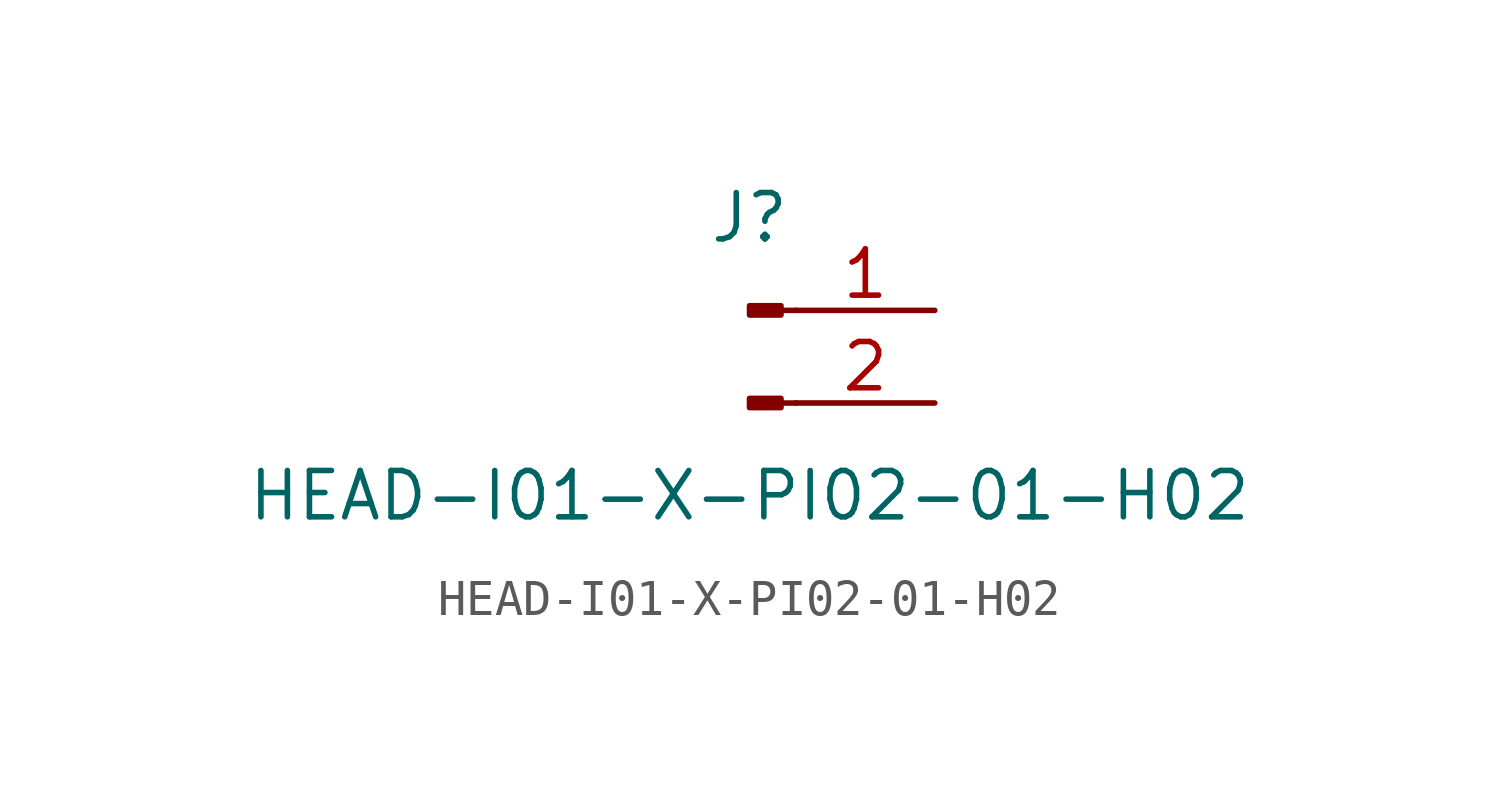
<source format=kicad_sym>
(kicad_symbol_lib
  (version 20211014)
  (generator kicad_symbol_editor)
  (symbol "HEAD-I01-X-PI02-01-H02"
    (pin_names
      (offset 1.016) hide)
    (property "Reference" "J"
      (at 0 2.54 0)
      (effects (font (size 1.27 1.27))))
    (property "Value" "HEAD-I01-X-PI02-01-H02"
      (at 0 -5.08 0)
      (effects (font (size 1.27 1.27))))
    (symbol "HEAD-I01-X-PI02-01-H02_1_1"
      (polyline (pts (xy 1.27 -2.54) (xy 0.864 -2.54)) (stroke (width 0.152) (type default) (color 0 0 0 0)) (fill (type none)))
      (polyline (pts (xy 1.27 0) (xy 0.864 0)) (stroke (width 0.152) (type default) (color 0 0 0 0)) (fill (type none)))
      (rectangle (start 0.864 -2.413) (end 0 -2.667) (stroke (width 0.152) (type default) (color 0 0 0 0)) (fill (type outline)))
      (rectangle (start 0.864 0.127) (end 0 -0.127) (stroke (width 0.152) (type default) (color 0 0 0 0)) (fill (type outline)))
      (pin passive line (at 5.08 0 180) (length 3.81) (name "Pin_1" (effects (font (size 1.27 1.27)))) (number "1" (effects (font (size 1.27 1.27)))))
      (pin passive line (at 5.08 -2.54 180) (length 3.81) (name "Pin_2" (effects (font (size 1.27 1.27)))) (number "2" (effects (font (size 1.27 1.27))))))))
</source>
